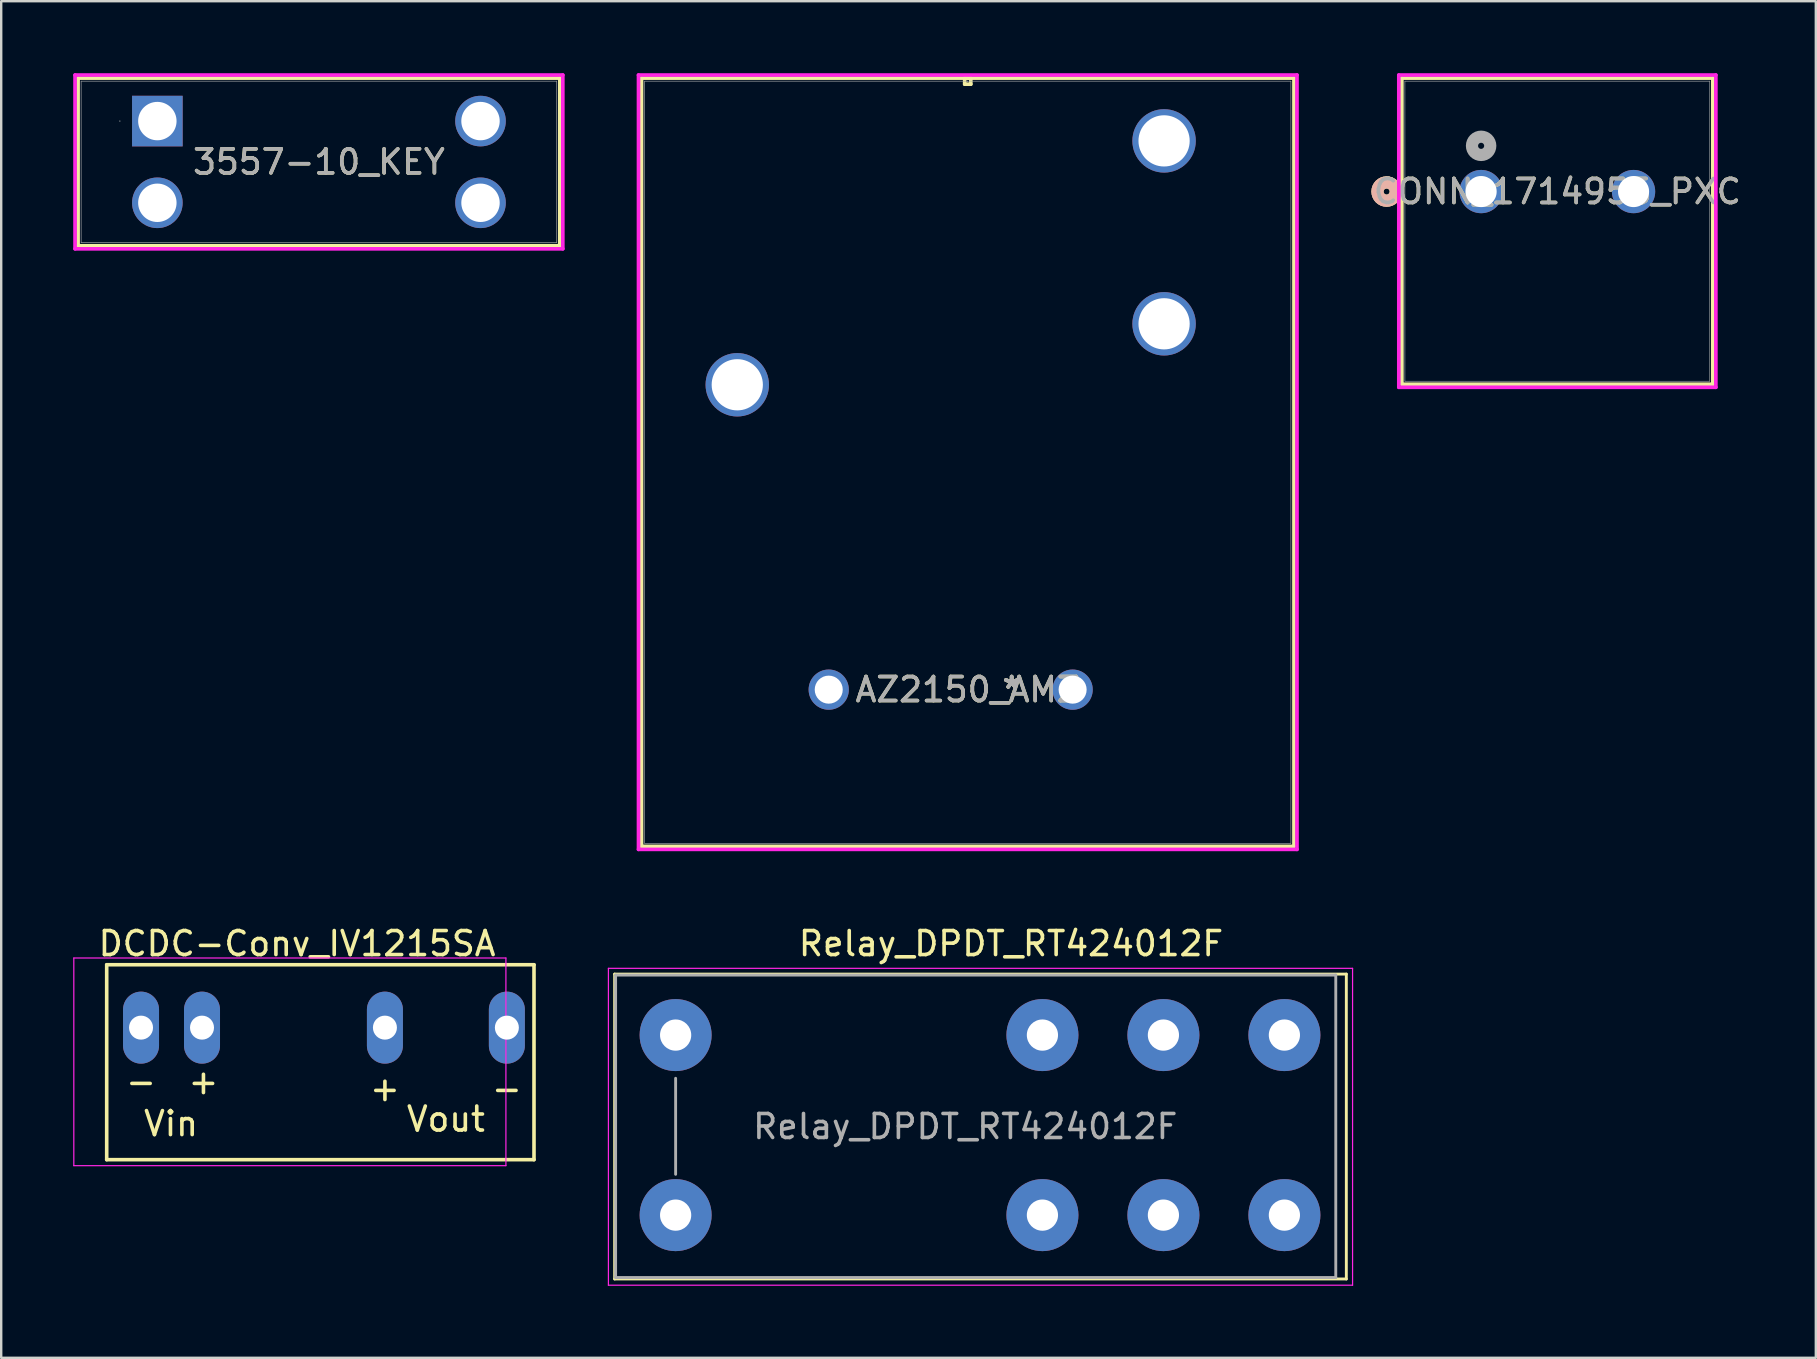
<source format=kicad_pcb>
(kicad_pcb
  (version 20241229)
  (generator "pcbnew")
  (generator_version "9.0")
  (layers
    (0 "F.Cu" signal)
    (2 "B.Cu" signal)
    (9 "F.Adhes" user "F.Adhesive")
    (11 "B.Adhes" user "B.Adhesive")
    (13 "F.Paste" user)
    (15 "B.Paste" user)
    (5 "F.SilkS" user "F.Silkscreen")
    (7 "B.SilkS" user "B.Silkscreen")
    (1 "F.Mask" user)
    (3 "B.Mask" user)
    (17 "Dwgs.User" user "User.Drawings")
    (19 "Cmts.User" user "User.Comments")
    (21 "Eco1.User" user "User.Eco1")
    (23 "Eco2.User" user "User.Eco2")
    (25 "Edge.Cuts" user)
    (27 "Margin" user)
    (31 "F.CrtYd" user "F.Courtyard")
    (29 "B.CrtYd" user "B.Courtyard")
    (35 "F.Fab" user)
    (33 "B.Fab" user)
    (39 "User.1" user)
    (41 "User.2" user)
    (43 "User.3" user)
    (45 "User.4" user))
  (footprint "Relay_DPDT_RT424012F"
    (layer "F.Cu")
    (at 25.095 40.069)
    (property "Reference" "Relay_DPDT_RT424012F" (at 13.97 -3.81 0) (layer "F.SilkS") (effects (font (size 1 1) (thickness 0.15))))
    (attr through_hole)
    (fp_line (start -2.54 -2.54) (end 27.94 -2.54) (stroke (width 0.12) (type solid)) (layer "F.SilkS"))
    (fp_line (start -2.54 10.16) (end -2.54 -2.54) (stroke (width 0.12) (type solid)) (layer "F.SilkS"))
    (fp_line (start 27.94 -2.54) (end 27.94 10.16) (stroke (width 0.12) (type solid)) (layer "F.SilkS"))
    (fp_line (start 27.94 10.16) (end -2.54 10.16) (stroke (width 0.12) (type solid)) (layer "F.SilkS"))
    (fp_line (start -2.8 -2.78) (end 28.2 -2.78) (stroke (width 0.05) (type solid)) (layer "F.CrtYd"))
    (fp_line (start -2.8 10.42) (end -2.8 -2.78) (stroke (width 0.05) (type solid)) (layer "F.CrtYd"))
    (fp_line (start 28.2 -2.78) (end 28.2 10.42) (stroke (width 0.05) (type solid)) (layer "F.CrtYd"))
    (fp_line (start 28.2 10.42) (end -2.8 10.42) (stroke (width 0.05) (type solid)) (layer "F.CrtYd"))
    (fp_line (start -2.5 -2.5) (end 27.5 -2.5) (stroke (width 0.12) (type solid)) (layer "F.Fab"))
    (fp_line (start -2.5 10.1) (end -2.5 -2.5) (stroke (width 0.12) (type solid)) (layer "F.Fab"))
    (fp_line (start 0 1.8) (end 0 5.8) (stroke (width 0.12) (type solid)) (layer "F.Fab"))
    (fp_line (start 27.5 -2.5) (end 27.5 10.1) (stroke (width 0.12) (type solid)) (layer "F.Fab"))
    (fp_line (start 27.5 10.1) (end -2.5 10.1) (stroke (width 0.12) (type solid)) (layer "F.Fab"))
    (fp_text user "${REFERENCE}" (at 12.065 3.81 0) (layer "F.Fab") (effects (font (size 1 1) (thickness 0.15))))
    (pad "1" thru_hole circle (at 20.32 0) (size 3 3) (drill 1.3) (layers "*.Cu" "*.Mask"))
    (pad "2" thru_hole circle (at 20.32 7.5) (size 3 3) (drill 1.3) (layers "*.Cu" "*.Mask"))
    (pad "3" thru_hole circle (at 0 0) (size 3 3) (drill 1.3) (layers "*.Cu" "*.Mask"))
    (pad "4" thru_hole circle (at 0 7.5) (size 3 3) (drill 1.3) (layers "*.Cu" "*.Mask"))
    (pad "5" thru_hole circle (at 15.28 0) (size 3 3) (drill 1.3) (layers "*.Cu" "*.Mask"))
    (pad "6" thru_hole circle (at 25.36 0) (size 3 3) (drill 1.3) (layers "*.Cu" "*.Mask"))
    (pad "7" thru_hole circle (at 15.28 7.5) (size 3 3) (drill 1.3) (layers "*.Cu" "*.Mask"))
    (pad "8" thru_hole circle (at 25.36 7.5) (size 3 3) (drill 1.3) (layers "*.Cu" "*.Mask")))
  (footprint "DCDC-Conv_IV1215SA"
    (layer "F.Cu")
    (at 2.825 39.759)
    (property "Reference" "DCDC-Conv_IV1215SA" (at 6.5 -3.5 0) (layer "F.SilkS") (effects (font (size 1 1) (thickness 0.15))))
    (attr through_hole)
    (fp_line (start -1.43 -2.62) (end -1.43 5.5) (stroke (width 0.15) (type solid)) (layer "F.SilkS"))
    (fp_line (start 16.37 -2.62) (end -1.43 -2.62) (stroke (width 0.15) (type solid)) (layer "F.SilkS"))
    (fp_line (start 16.37 -2.62) (end 16.37 5.5) (stroke (width 0.15) (type solid)) (layer "F.SilkS"))
    (fp_line (start 16.37 5.5) (end -1.43 5.5) (stroke (width 0.15) (type solid)) (layer "F.SilkS"))
    (fp_line (start -2.8 -2.9) (end -2.8 5.75) (stroke (width 0.05) (type solid)) (layer "F.CrtYd"))
    (fp_line (start -2.8 -2.9) (end 15.2 -2.9) (stroke (width 0.05) (type solid)) (layer "F.CrtYd"))
    (fp_line (start -2.8 5.75) (end 15.2 5.75) (stroke (width 0.05) (type solid)) (layer "F.CrtYd"))
    (fp_line (start 15.2 -2.9) (end 15.2 5.75) (stroke (width 0.05) (type solid)) (layer "F.CrtYd"))
    (fp_text user "+" (at 10.16 2.54 0) (layer "F.SilkS") (effects (font (size 1 1) (thickness 0.15))))
    (fp_text user "+" (at 2.6 2.25 0) (layer "F.SilkS") (effects (font (size 1 1) (thickness 0.15))))
    (fp_text user "-" (at 0 2.25 0) (layer "F.SilkS") (effects (font (size 1 1) (thickness 0.15))))
    (fp_text user "Vout" (at 12.7 3.81 0) (layer "F.SilkS") (effects (font (size 1 1) (thickness 0.15))))
    (fp_text user "-" (at 15.24 2.54 0) (layer "F.SilkS") (effects (font (size 1 1) (thickness 0.15))))
    (fp_text user "Vin" (at 1.25 4 0) (layer "F.SilkS") (effects (font (size 1 1) (thickness 0.15))))
    (pad "1" thru_hole oval (at 0 0) (size 1.5 3) (drill 1) (layers "*.Cu" "*.Mask"))
    (pad "2" thru_hole oval (at 2.54 0) (size 1.5 3) (drill 1) (layers "*.Cu" "*.Mask"))
    (pad "4" thru_hole oval (at 10.16 0) (size 1.5 3) (drill 1) (layers "*.Cu" "*.Mask"))
    (pad "6" thru_hole oval (at 15.24 0) (size 1.5 3) (drill 1) (layers "*.Cu" "*.Mask")))
  (footprint "3557-10_KEY"
    (layer "F.Cu")
    (at 3.505 1.994)
    (property "Reference" "3557-10_KEY" (at 6.731 1.702 0) (unlocked yes) (layer "F.SilkS") (effects (font (size 1 1) (thickness 0.15))))
    (attr through_hole)
    (fp_line (start -3.302 -1.791) (end -3.302 5.194) (stroke (width 0.152) (type solid)) (layer "F.SilkS"))
    (fp_line (start 16.764 -1.791) (end -3.302 -1.791) (stroke (width 0.152) (type solid)) (layer "F.SilkS"))
    (fp_line (start 16.764 -1.791) (end 16.764 5.194) (stroke (width 0.152) (type solid)) (layer "F.SilkS"))
    (fp_line (start 16.764 5.194) (end -3.302 5.194) (stroke (width 0.152) (type solid)) (layer "F.SilkS"))
    (fp_line (start -3.429 -1.918) (end 16.891 -1.918) (stroke (width 0.152) (type solid)) (layer "F.CrtYd"))
    (fp_line (start -3.429 5.321) (end -3.429 -1.918) (stroke (width 0.152) (type solid)) (layer "F.CrtYd"))
    (fp_line (start 16.891 -1.918) (end 16.891 5.321) (stroke (width 0.152) (type solid)) (layer "F.CrtYd"))
    (fp_line (start 16.891 5.321) (end -3.429 5.321) (stroke (width 0.152) (type solid)) (layer "F.CrtYd"))
    (fp_line (start -3.175 -1.664) (end -3.175 5.067) (stroke (width 0.025) (type solid)) (layer "F.Fab"))
    (fp_line (start 16.637 -1.664) (end -3.175 -1.664) (stroke (width 0.025) (type solid)) (layer "F.Fab"))
    (fp_line (start 16.637 -1.664) (end 16.637 5.067) (stroke (width 0.025) (type solid)) (layer "F.Fab"))
    (fp_line (start 16.637 5.067) (end -3.175 5.067) (stroke (width 0.025) (type solid)) (layer "F.Fab"))
    (fp_circle (center -1.562 0) (end -1.562 0) (stroke (width 0.025) (type solid)) (fill no) (layer "F.Fab"))
    (fp_text user "${REFERENCE}" (at 6.731 1.702 0) (unlocked yes) (layer "F.Fab") (effects (font (size 1 1) (thickness 0.15))))
    (pad "1" thru_hole rect (at 0 0) (size 2.108 2.108) (drill 1.6) (layers "*.Cu" "*.Mask"))
    (pad "1" thru_hole circle (at 0 3.404) (size 2.108 2.108) (drill 1.6) (layers "*.Cu" "*.Mask"))
    (pad "2" thru_hole circle (at 13.462 0) (size 2.108 2.108) (drill 1.6) (layers "*.Cu" "*.Mask"))
    (pad "2" thru_hole circle (at 13.462 3.404) (size 2.108 2.108) (drill 1.6) (layers "*.Cu" "*.Mask")))
  (footprint "CONN_1714955_PXC"
    (layer "F.Cu")
    (at 58.65 4.93)
    (property "Reference" "CONN_1714955_PXC" (at 3.175 0 0) (unlocked yes) (layer "F.SilkS") (effects (font (size 1 1) (thickness 0.15))))
    (attr through_hole)
    (fp_line (start -3.302 -4.727) (end -3.302 8.027) (stroke (width 0.152) (type solid)) (layer "F.SilkS"))
    (fp_line (start -3.302 8.027) (end 9.652 8.027) (stroke (width 0.152) (type solid)) (layer "F.SilkS"))
    (fp_line (start 9.652 -4.727) (end -3.302 -4.727) (stroke (width 0.152) (type solid)) (layer "F.SilkS"))
    (fp_line (start 9.652 8.027) (end 9.652 -4.727) (stroke (width 0.152) (type solid)) (layer "F.SilkS"))
    (fp_circle (center -3.937 0) (end -3.556 0) (stroke (width 0.508) (type solid)) (fill no) (layer "F.SilkS"))
    (fp_circle (center -3.937 0) (end -3.556 0) (stroke (width 0.508) (type solid)) (fill no) (layer "B.SilkS"))
    (fp_line (start -3.429 -4.854) (end -3.429 8.154) (stroke (width 0.152) (type solid)) (layer "F.CrtYd"))
    (fp_line (start -3.429 8.154) (end 9.779 8.154) (stroke (width 0.152) (type solid)) (layer "F.CrtYd"))
    (fp_line (start 9.779 -4.854) (end -3.429 -4.854) (stroke (width 0.152) (type solid)) (layer "F.CrtYd"))
    (fp_line (start 9.779 8.154) (end 9.779 -4.854) (stroke (width 0.152) (type solid)) (layer "F.CrtYd"))
    (fp_line (start -3.175 -4.6) (end -3.175 7.9) (stroke (width 0.025) (type solid)) (layer "F.Fab"))
    (fp_line (start -3.175 7.9) (end 9.525 7.9) (stroke (width 0.025) (type solid)) (layer "F.Fab"))
    (fp_line (start 9.525 -4.6) (end -3.175 -4.6) (stroke (width 0.025) (type solid)) (layer "F.Fab"))
    (fp_line (start 9.525 7.9) (end 9.525 -4.6) (stroke (width 0.025) (type solid)) (layer "F.Fab"))
    (fp_circle (center 0 -1.905) (end 0.381 -1.905) (stroke (width 0.508) (type solid)) (fill no) (layer "F.Fab"))
    (fp_text user "${REFERENCE}" (at 3.175 0 0) (unlocked yes) (layer "F.Fab") (effects (font (size 1 1) (thickness 0.15))))
    (pad "1" thru_hole circle (at 0 0) (size 1.803 1.803) (drill 1.295) (layers "*.Cu" "*.Mask"))
    (pad "2" thru_hole circle (at 6.35 0) (size 1.803 1.803) (drill 1.295) (layers "*.Cu" "*.Mask")))
  (footprint "AZ2150_AMZ"
    (layer "F.Cu")
    (at 41.633 25.679)
    (property "Reference" "AZ2150_AMZ" (at -4.369 0 0) (unlocked yes) (layer "F.SilkS") (effects (font (size 1 1) (thickness 0.15))))
    (attr through_hole)
    (fp_line (start -17.958 -25.476) (end -17.958 6.528) (stroke (width 0.152) (type solid)) (layer "F.SilkS"))
    (fp_line (start -17.958 6.528) (end 9.22 6.528) (stroke (width 0.152) (type solid)) (layer "F.SilkS"))
    (fp_line (start -4.496 -25.476) (end -4.496 -25.222) (stroke (width 0.152) (type solid)) (layer "F.SilkS"))
    (fp_line (start -4.496 -25.222) (end -4.242 -25.222) (stroke (width 0.152) (type solid)) (layer "F.SilkS"))
    (fp_line (start -4.242 -25.476) (end -4.496 -25.476) (stroke (width 0.152) (type solid)) (layer "F.SilkS"))
    (fp_line (start -4.242 -25.222) (end -4.242 -25.476) (stroke (width 0.152) (type solid)) (layer "F.SilkS"))
    (fp_line (start 9.22 -25.476) (end -17.958 -25.476) (stroke (width 0.152) (type solid)) (layer "F.SilkS"))
    (fp_line (start 9.22 6.528) (end 9.22 -25.476) (stroke (width 0.152) (type solid)) (layer "F.SilkS"))
    (fp_line (start -18.085 -25.603) (end -18.085 6.655) (stroke (width 0.152) (type solid)) (layer "F.CrtYd"))
    (fp_line (start -18.085 6.655) (end 9.347 6.655) (stroke (width 0.152) (type solid)) (layer "F.CrtYd"))
    (fp_line (start 9.347 -25.603) (end -18.085 -25.603) (stroke (width 0.152) (type solid)) (layer "F.CrtYd"))
    (fp_line (start 9.347 6.655) (end 9.347 -25.603) (stroke (width 0.152) (type solid)) (layer "F.CrtYd"))
    (fp_line (start -17.831 -25.349) (end -17.831 6.401) (stroke (width 0.025) (type solid)) (layer "F.Fab"))
    (fp_line (start -17.831 6.401) (end 9.093 6.401) (stroke (width 0.025) (type solid)) (layer "F.Fab"))
    (fp_line (start -4.369 -25.349) (end -4.369 -25.349) (stroke (width 0.025) (type solid)) (layer "F.Fab"))
    (fp_line (start -4.369 -25.349) (end -4.369 -25.349) (stroke (width 0.025) (type solid)) (layer "F.Fab"))
    (fp_line (start -4.369 -25.349) (end -4.369 -25.349) (stroke (width 0.025) (type solid)) (layer "F.Fab"))
    (fp_line (start -4.369 -25.349) (end -4.369 -25.349) (stroke (width 0.025) (type solid)) (layer "F.Fab"))
    (fp_line (start 9.093 -25.349) (end -17.831 -25.349) (stroke (width 0.025) (type solid)) (layer "F.Fab"))
    (fp_line (start 9.093 6.401) (end 9.093 -25.349) (stroke (width 0.025) (type solid)) (layer "F.Fab"))
    (fp_text user "*" (at -2.54 0 0) (unlocked yes) (layer "F.SilkS") (effects (font (size 1 1) (thickness 0.15))))
    (fp_text user "*" (at -2.54 0 0) (layer "F.SilkS") (effects (font (size 1 1) (thickness 0.15))))
    (fp_text user "${REFERENCE}" (at -4.369 0 0) (unlocked yes) (layer "F.Fab") (effects (font (size 1 1) (thickness 0.15))))
    (fp_text user "*" (at -2.54 0 0) (layer "F.Fab") (effects (font (size 1 1) (thickness 0.15))))
    (fp_text user "*" (at -2.54 0 0) (unlocked yes) (layer "F.Fab") (effects (font (size 1 1) (thickness 0.15))))
    (pad "13" thru_hole circle (at -13.97 -12.7) (size 2.642 2.642) (drill 2.134) (layers "*.Cu" "*.Mask"))
    (pad "14" thru_hole circle (at 3.81 -15.24) (size 2.642 2.642) (drill 2.134) (layers "*.Cu" "*.Mask"))
    (pad "A1" thru_hole circle (at 0 0) (size 1.676 1.676) (drill 1.168) (layers "*.Cu" "*.Mask"))
    (pad "A2" thru_hole circle (at -10.16 0) (size 1.676 1.676) (drill 1.168) (layers "*.Cu" "*.Mask"))
    (pad "NC" thru_hole circle (at 3.81 -22.86) (size 2.642 2.642) (drill 2.134) (layers "*.Cu" "*.Mask")))
  (gr_rect
    (start -3 -3)
    (end 72.593 53.514)
    (stroke (width 0.1) (type default))
    (fill no)
    (layer "Edge.Cuts")))
</source>
